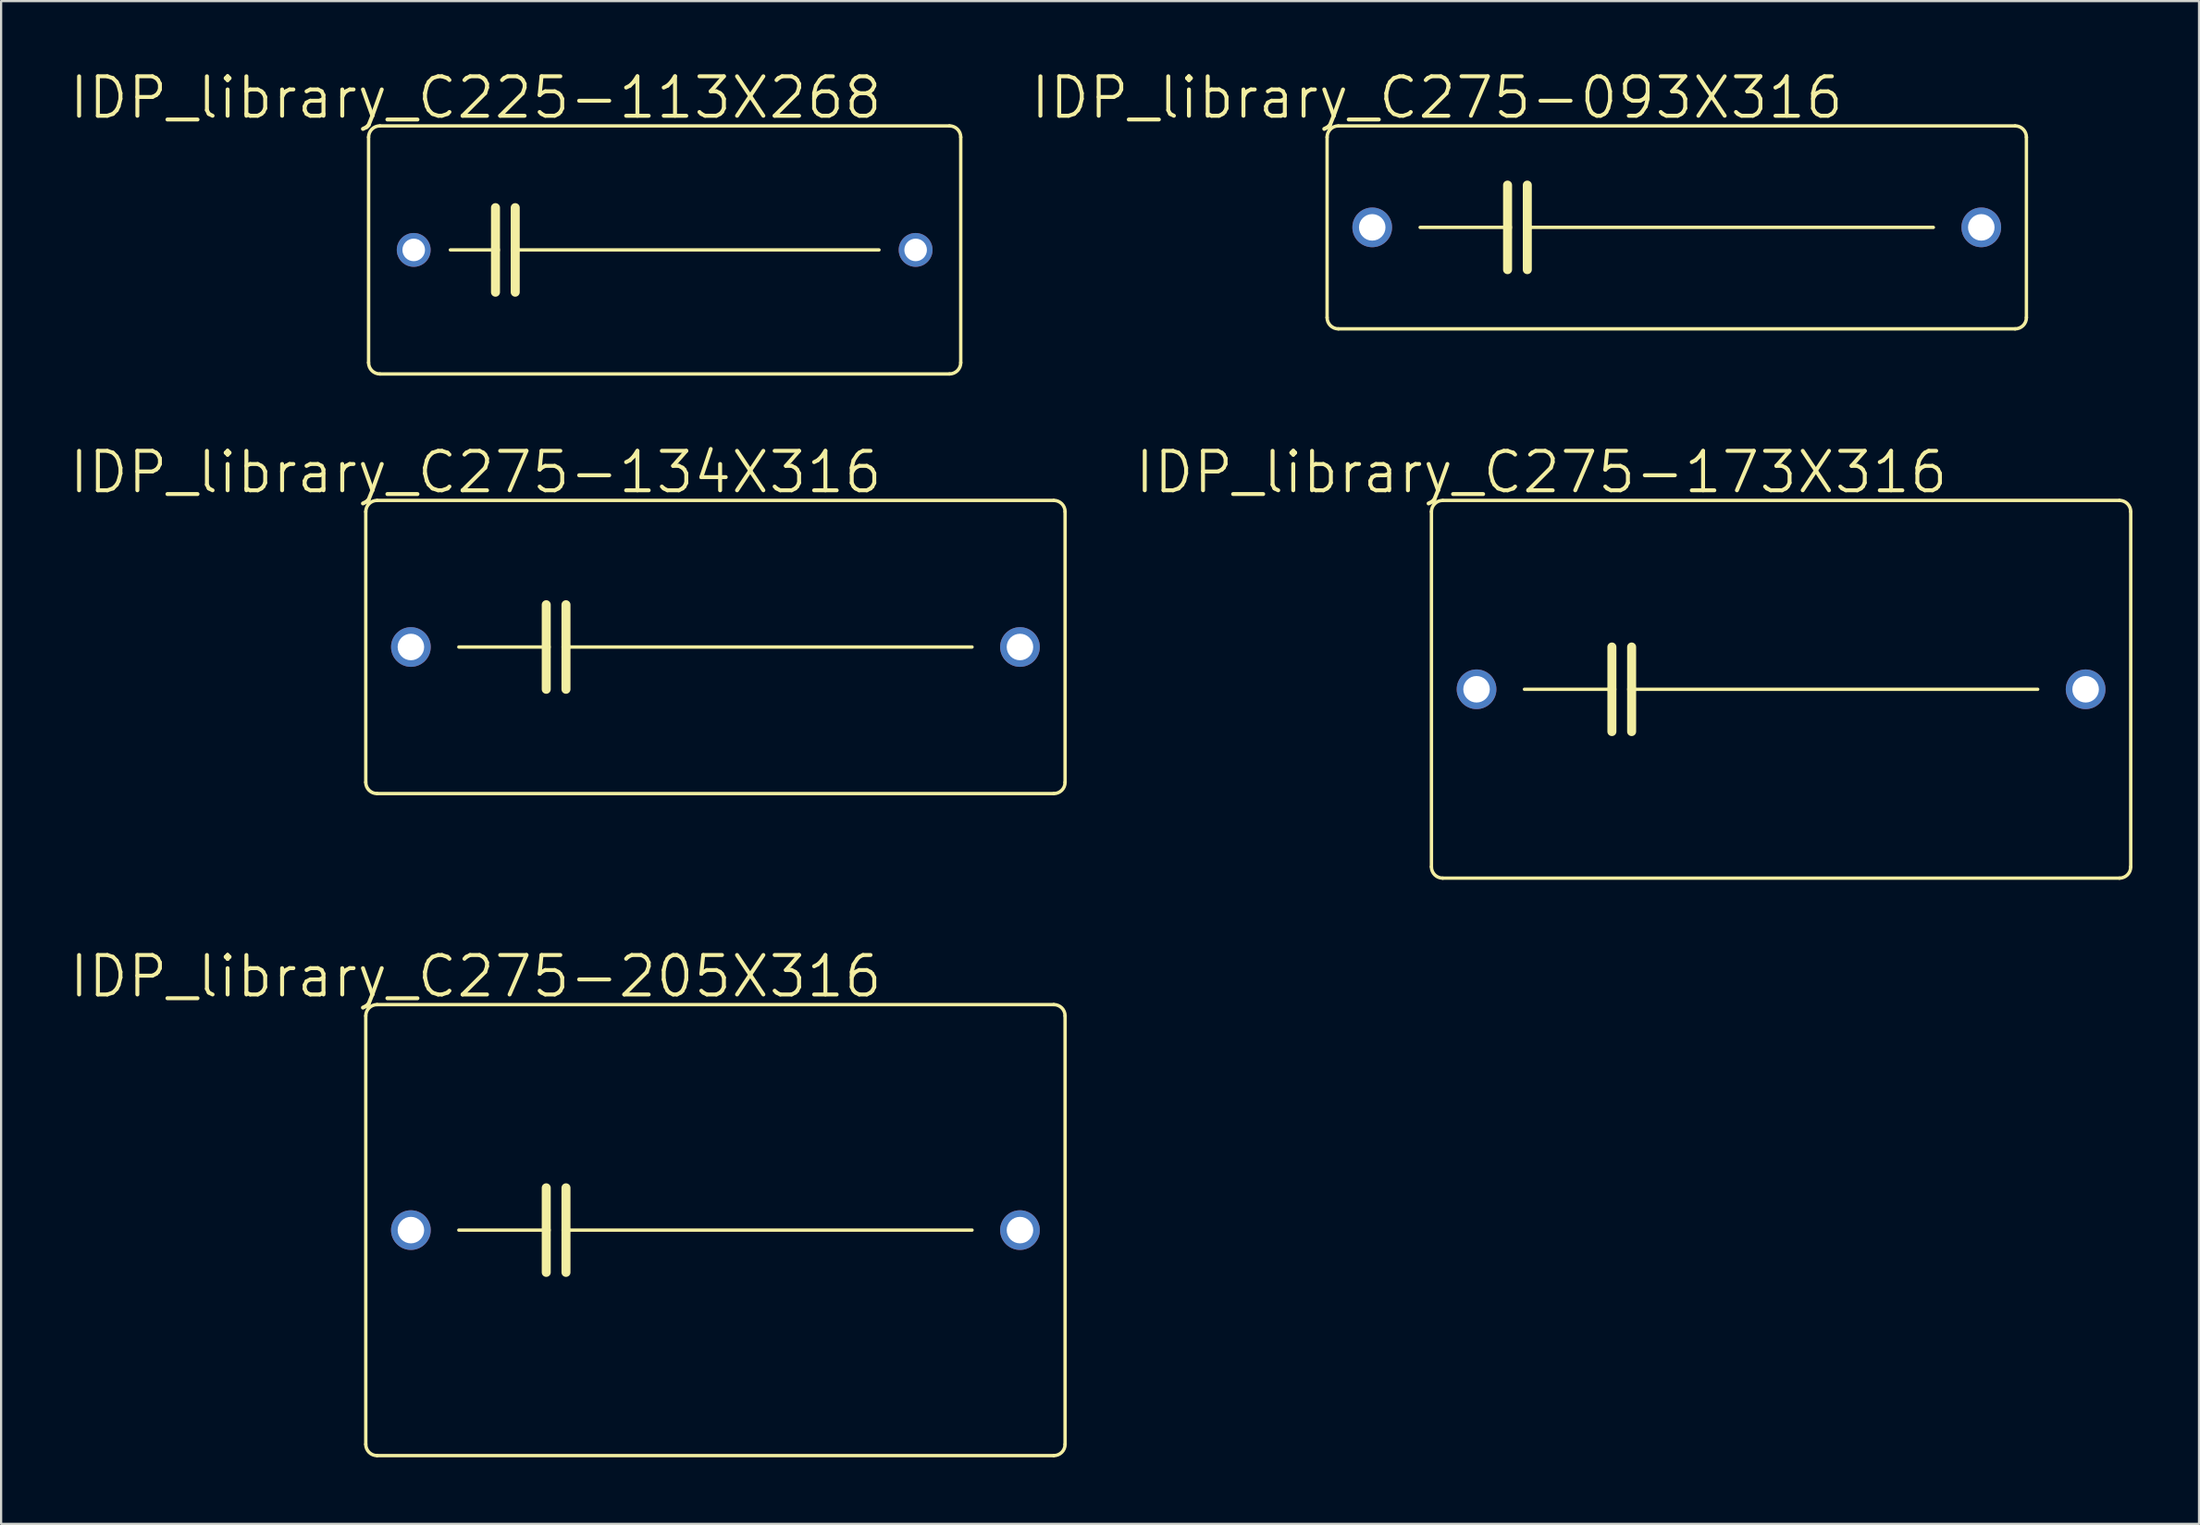
<source format=kicad_pcb>
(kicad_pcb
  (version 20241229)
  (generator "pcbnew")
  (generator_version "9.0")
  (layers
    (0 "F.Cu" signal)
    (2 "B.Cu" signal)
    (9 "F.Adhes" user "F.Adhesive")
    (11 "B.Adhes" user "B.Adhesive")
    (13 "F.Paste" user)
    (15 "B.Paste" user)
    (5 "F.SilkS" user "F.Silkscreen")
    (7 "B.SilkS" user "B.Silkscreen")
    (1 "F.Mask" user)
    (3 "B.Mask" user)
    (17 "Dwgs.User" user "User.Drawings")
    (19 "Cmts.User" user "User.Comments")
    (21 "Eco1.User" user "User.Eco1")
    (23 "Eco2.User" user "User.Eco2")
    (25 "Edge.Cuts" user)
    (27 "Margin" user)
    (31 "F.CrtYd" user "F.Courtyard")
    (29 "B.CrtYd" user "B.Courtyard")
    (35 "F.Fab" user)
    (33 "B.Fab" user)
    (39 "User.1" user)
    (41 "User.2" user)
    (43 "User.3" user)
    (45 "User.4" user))
  (footprint "IDP_library_C275-173X316"
    (layer "F.Cu")
    (at 77.168 28.006)
    (property "Reference" "IDP_library_C275-173X316" (at -10.795 -9.779 0) (layer "F.SilkS") (effects (font (size 1.778 1.778) (thickness 0.178))))
    (attr exclude_from_pos_files exclude_from_bom)
    (fp_line (start -15.748 8.001) (end -15.748 -8.001) (stroke (width 0.152) (type solid)) (layer "F.SilkS"))
    (fp_line (start -15.24 -8.509) (end 15.24 -8.509) (stroke (width 0.152) (type solid)) (layer "F.SilkS"))
    (fp_line (start -11.557 0) (end -7.62 0) (stroke (width 0.152) (type solid)) (layer "F.SilkS"))
    (fp_line (start -7.62 -1.905) (end -7.62 0) (stroke (width 0.406) (type solid)) (layer "F.SilkS"))
    (fp_line (start -7.62 0) (end -7.62 1.905) (stroke (width 0.406) (type solid)) (layer "F.SilkS"))
    (fp_line (start -6.731 -1.905) (end -6.731 0) (stroke (width 0.406) (type solid)) (layer "F.SilkS"))
    (fp_line (start -6.731 0) (end -6.731 1.905) (stroke (width 0.406) (type solid)) (layer "F.SilkS"))
    (fp_line (start -6.731 0) (end 11.557 0) (stroke (width 0.152) (type solid)) (layer "F.SilkS"))
    (fp_line (start 15.24 8.509) (end -15.24 8.509) (stroke (width 0.152) (type solid)) (layer "F.SilkS"))
    (fp_line (start 15.748 -8.001) (end 15.748 8.001) (stroke (width 0.152) (type solid)) (layer "F.SilkS"))
    (fp_arc (start -15.748 -8.001) (mid -15.59921 -8.36021) (end -15.24 -8.509) (stroke (width 0.1524) (type solid)) (layer "F.SilkS"))
    (fp_arc (start -15.24 8.509) (mid -15.59921 8.36021) (end -15.748 8.001) (stroke (width 0.1524) (type solid)) (layer "F.SilkS"))
    (fp_arc (start 15.24 -8.509) (mid 15.59921 -8.36021) (end 15.748 -8.001) (stroke (width 0.1524) (type solid)) (layer "F.SilkS"))
    (fp_arc (start 15.748 8.001) (mid 15.59921 8.36021) (end 15.24 8.509) (stroke (width 0.1524) (type solid)) (layer "F.SilkS"))
    (pad "1" thru_hole circle (at -13.716 0) (size 1.788 1.788) (drill 1.194) (layers "*.Cu" "*.Paste" "*.Mask"))
    (pad "2" thru_hole circle (at 13.716 0) (size 1.788 1.788) (drill 1.194) (layers "*.Cu" "*.Paste" "*.Mask")))
  (footprint "IDP_library_C275-205X316"
    (layer "F.Cu")
    (at 29.172 52.373)
    (property "Reference" "IDP_library_C275-205X316" (at -10.795 -11.43 0) (layer "F.SilkS") (effects (font (size 1.778 1.778) (thickness 0.178))))
    (attr exclude_from_pos_files exclude_from_bom)
    (fp_line (start -15.748 9.652) (end -15.748 -9.652) (stroke (width 0.152) (type solid)) (layer "F.SilkS"))
    (fp_line (start -15.24 -10.16) (end 15.24 -10.16) (stroke (width 0.152) (type solid)) (layer "F.SilkS"))
    (fp_line (start -11.557 0) (end -7.62 0) (stroke (width 0.152) (type solid)) (layer "F.SilkS"))
    (fp_line (start -7.62 -1.905) (end -7.62 0) (stroke (width 0.406) (type solid)) (layer "F.SilkS"))
    (fp_line (start -7.62 0) (end -7.62 1.905) (stroke (width 0.406) (type solid)) (layer "F.SilkS"))
    (fp_line (start -6.731 -1.905) (end -6.731 0) (stroke (width 0.406) (type solid)) (layer "F.SilkS"))
    (fp_line (start -6.731 0) (end -6.731 1.905) (stroke (width 0.406) (type solid)) (layer "F.SilkS"))
    (fp_line (start -6.731 0) (end 11.557 0) (stroke (width 0.152) (type solid)) (layer "F.SilkS"))
    (fp_line (start 15.24 10.16) (end -15.24 10.16) (stroke (width 0.152) (type solid)) (layer "F.SilkS"))
    (fp_line (start 15.748 -9.652) (end 15.748 9.652) (stroke (width 0.152) (type solid)) (layer "F.SilkS"))
    (fp_arc (start -15.748 -9.652) (mid -15.59921 -10.01121) (end -15.24 -10.16) (stroke (width 0.1524) (type solid)) (layer "F.SilkS"))
    (fp_arc (start -15.24 10.16) (mid -15.59921 10.01121) (end -15.748 9.652) (stroke (width 0.1524) (type solid)) (layer "F.SilkS"))
    (fp_arc (start 15.24 -10.16) (mid 15.59921 -10.01121) (end 15.748 -9.652) (stroke (width 0.1524) (type solid)) (layer "F.SilkS"))
    (fp_arc (start 15.748 9.652) (mid 15.59921 10.01121) (end 15.24 10.16) (stroke (width 0.1524) (type solid)) (layer "F.SilkS"))
    (pad "1" thru_hole circle (at -13.716 0) (size 1.788 1.788) (drill 1.194) (layers "*.Cu" "*.Paste" "*.Mask"))
    (pad "2" thru_hole circle (at 13.716 0) (size 1.788 1.788) (drill 1.194) (layers "*.Cu" "*.Paste" "*.Mask")))
  (footprint "IDP_library_C225-113X268"
    (layer "F.Cu")
    (at 26.886 8.21)
    (property "Reference" "IDP_library_C225-113X268" (at -8.509 -6.858 0) (layer "F.SilkS") (effects (font (size 1.778 1.778) (thickness 0.178))))
    (attr exclude_from_pos_files exclude_from_bom)
    (fp_line (start -13.335 5.08) (end -13.335 -5.08) (stroke (width 0.152) (type solid)) (layer "F.SilkS"))
    (fp_line (start -12.827 -5.588) (end 12.827 -5.588) (stroke (width 0.152) (type solid)) (layer "F.SilkS"))
    (fp_line (start -9.652 0) (end -7.62 0) (stroke (width 0.152) (type solid)) (layer "F.SilkS"))
    (fp_line (start -7.62 -1.905) (end -7.62 0) (stroke (width 0.406) (type solid)) (layer "F.SilkS"))
    (fp_line (start -7.62 0) (end -7.62 1.905) (stroke (width 0.406) (type solid)) (layer "F.SilkS"))
    (fp_line (start -6.731 -1.905) (end -6.731 0) (stroke (width 0.406) (type solid)) (layer "F.SilkS"))
    (fp_line (start -6.731 0) (end -6.731 1.905) (stroke (width 0.406) (type solid)) (layer "F.SilkS"))
    (fp_line (start -6.731 0) (end 9.652 0) (stroke (width 0.152) (type solid)) (layer "F.SilkS"))
    (fp_line (start 12.827 5.588) (end -12.827 5.588) (stroke (width 0.152) (type solid)) (layer "F.SilkS"))
    (fp_line (start 13.335 -5.08) (end 13.335 5.08) (stroke (width 0.152) (type solid)) (layer "F.SilkS"))
    (fp_arc (start -13.335 -5.08) (mid -13.18621 -5.43921) (end -12.827 -5.588) (stroke (width 0.1524) (type solid)) (layer "F.SilkS"))
    (fp_arc (start -12.827 5.588) (mid -13.18621 5.43921) (end -13.335 5.08) (stroke (width 0.1524) (type solid)) (layer "F.SilkS"))
    (fp_arc (start 12.827 -5.588) (mid 13.18621 -5.43921) (end 13.335 -5.08) (stroke (width 0.1524) (type solid)) (layer "F.SilkS"))
    (fp_arc (start 13.335 5.08) (mid 13.18621 5.43921) (end 12.827 5.588) (stroke (width 0.1524) (type solid)) (layer "F.SilkS"))
    (pad "1" thru_hole circle (at -11.303 0) (size 1.524 1.524) (drill 1.016) (layers "*.Cu" "*.Paste" "*.Mask"))
    (pad "2" thru_hole circle (at 11.303 0) (size 1.524 1.524) (drill 1.016) (layers "*.Cu" "*.Paste" "*.Mask")))
  (footprint "IDP_library_C275-093X316"
    (layer "F.Cu")
    (at 72.469 7.194)
    (property "Reference" "IDP_library_C275-093X316" (at -10.795 -5.842 0) (layer "F.SilkS") (effects (font (size 1.778 1.778) (thickness 0.178))))
    (attr exclude_from_pos_files exclude_from_bom)
    (fp_line (start -15.748 4.064) (end -15.748 -4.064) (stroke (width 0.152) (type solid)) (layer "F.SilkS"))
    (fp_line (start -15.24 -4.572) (end 15.24 -4.572) (stroke (width 0.152) (type solid)) (layer "F.SilkS"))
    (fp_line (start -11.557 0) (end -7.62 0) (stroke (width 0.152) (type solid)) (layer "F.SilkS"))
    (fp_line (start -7.62 -1.905) (end -7.62 0) (stroke (width 0.406) (type solid)) (layer "F.SilkS"))
    (fp_line (start -7.62 0) (end -7.62 1.905) (stroke (width 0.406) (type solid)) (layer "F.SilkS"))
    (fp_line (start -6.731 -1.905) (end -6.731 0) (stroke (width 0.406) (type solid)) (layer "F.SilkS"))
    (fp_line (start -6.731 0) (end -6.731 1.905) (stroke (width 0.406) (type solid)) (layer "F.SilkS"))
    (fp_line (start -6.731 0) (end 11.557 0) (stroke (width 0.152) (type solid)) (layer "F.SilkS"))
    (fp_line (start 15.24 4.572) (end -15.24 4.572) (stroke (width 0.152) (type solid)) (layer "F.SilkS"))
    (fp_line (start 15.748 -4.064) (end 15.748 4.064) (stroke (width 0.152) (type solid)) (layer "F.SilkS"))
    (fp_arc (start -15.748 -4.064) (mid -15.59921 -4.42321) (end -15.24 -4.572) (stroke (width 0.1524) (type solid)) (layer "F.SilkS"))
    (fp_arc (start -15.24 4.572) (mid -15.59921 4.42321) (end -15.748 4.064) (stroke (width 0.1524) (type solid)) (layer "F.SilkS"))
    (fp_arc (start 15.24 -4.572) (mid 15.59921 -4.42321) (end 15.748 -4.064) (stroke (width 0.1524) (type solid)) (layer "F.SilkS"))
    (fp_arc (start 15.748 4.064) (mid 15.59921 4.42321) (end 15.24 4.572) (stroke (width 0.1524) (type solid)) (layer "F.SilkS"))
    (pad "1" thru_hole circle (at -13.716 0) (size 1.788 1.788) (drill 1.194) (layers "*.Cu" "*.Paste" "*.Mask"))
    (pad "2" thru_hole circle (at 13.716 0) (size 1.788 1.788) (drill 1.194) (layers "*.Cu" "*.Paste" "*.Mask")))
  (footprint "IDP_library_C275-134X316"
    (layer "F.Cu")
    (at 29.172 26.101)
    (property "Reference" "IDP_library_C275-134X316" (at -10.795 -7.874 0) (layer "F.SilkS") (effects (font (size 1.778 1.778) (thickness 0.178))))
    (attr exclude_from_pos_files exclude_from_bom)
    (fp_line (start -15.748 6.096) (end -15.748 -6.096) (stroke (width 0.152) (type solid)) (layer "F.SilkS"))
    (fp_line (start -15.24 -6.604) (end 15.24 -6.604) (stroke (width 0.152) (type solid)) (layer "F.SilkS"))
    (fp_line (start -11.557 0) (end -7.62 0) (stroke (width 0.152) (type solid)) (layer "F.SilkS"))
    (fp_line (start -7.62 -1.905) (end -7.62 0) (stroke (width 0.406) (type solid)) (layer "F.SilkS"))
    (fp_line (start -7.62 0) (end -7.62 1.905) (stroke (width 0.406) (type solid)) (layer "F.SilkS"))
    (fp_line (start -6.731 -1.905) (end -6.731 0) (stroke (width 0.406) (type solid)) (layer "F.SilkS"))
    (fp_line (start -6.731 0) (end -6.731 1.905) (stroke (width 0.406) (type solid)) (layer "F.SilkS"))
    (fp_line (start -6.731 0) (end 11.557 0) (stroke (width 0.152) (type solid)) (layer "F.SilkS"))
    (fp_line (start 15.24 6.604) (end -15.24 6.604) (stroke (width 0.152) (type solid)) (layer "F.SilkS"))
    (fp_line (start 15.748 -6.096) (end 15.748 6.096) (stroke (width 0.152) (type solid)) (layer "F.SilkS"))
    (fp_arc (start -15.748 -6.096) (mid -15.59921 -6.45521) (end -15.24 -6.604) (stroke (width 0.1524) (type solid)) (layer "F.SilkS"))
    (fp_arc (start -15.24 6.604) (mid -15.59921 6.45521) (end -15.748 6.096) (stroke (width 0.1524) (type solid)) (layer "F.SilkS"))
    (fp_arc (start 15.24 -6.604) (mid 15.59921 -6.45521) (end 15.748 -6.096) (stroke (width 0.1524) (type solid)) (layer "F.SilkS"))
    (fp_arc (start 15.748 6.096) (mid 15.59921 6.45521) (end 15.24 6.604) (stroke (width 0.1524) (type solid)) (layer "F.SilkS"))
    (pad "1" thru_hole circle (at -13.716 0) (size 1.788 1.788) (drill 1.194) (layers "*.Cu" "*.Paste" "*.Mask"))
    (pad "2" thru_hole circle (at 13.716 0) (size 1.788 1.788) (drill 1.194) (layers "*.Cu" "*.Paste" "*.Mask")))
  (gr_rect
    (start -3 -3)
    (end 95.992 65.609)
    (stroke (width 0.1) (type default))
    (fill no)
    (layer "Edge.Cuts")))
</source>
